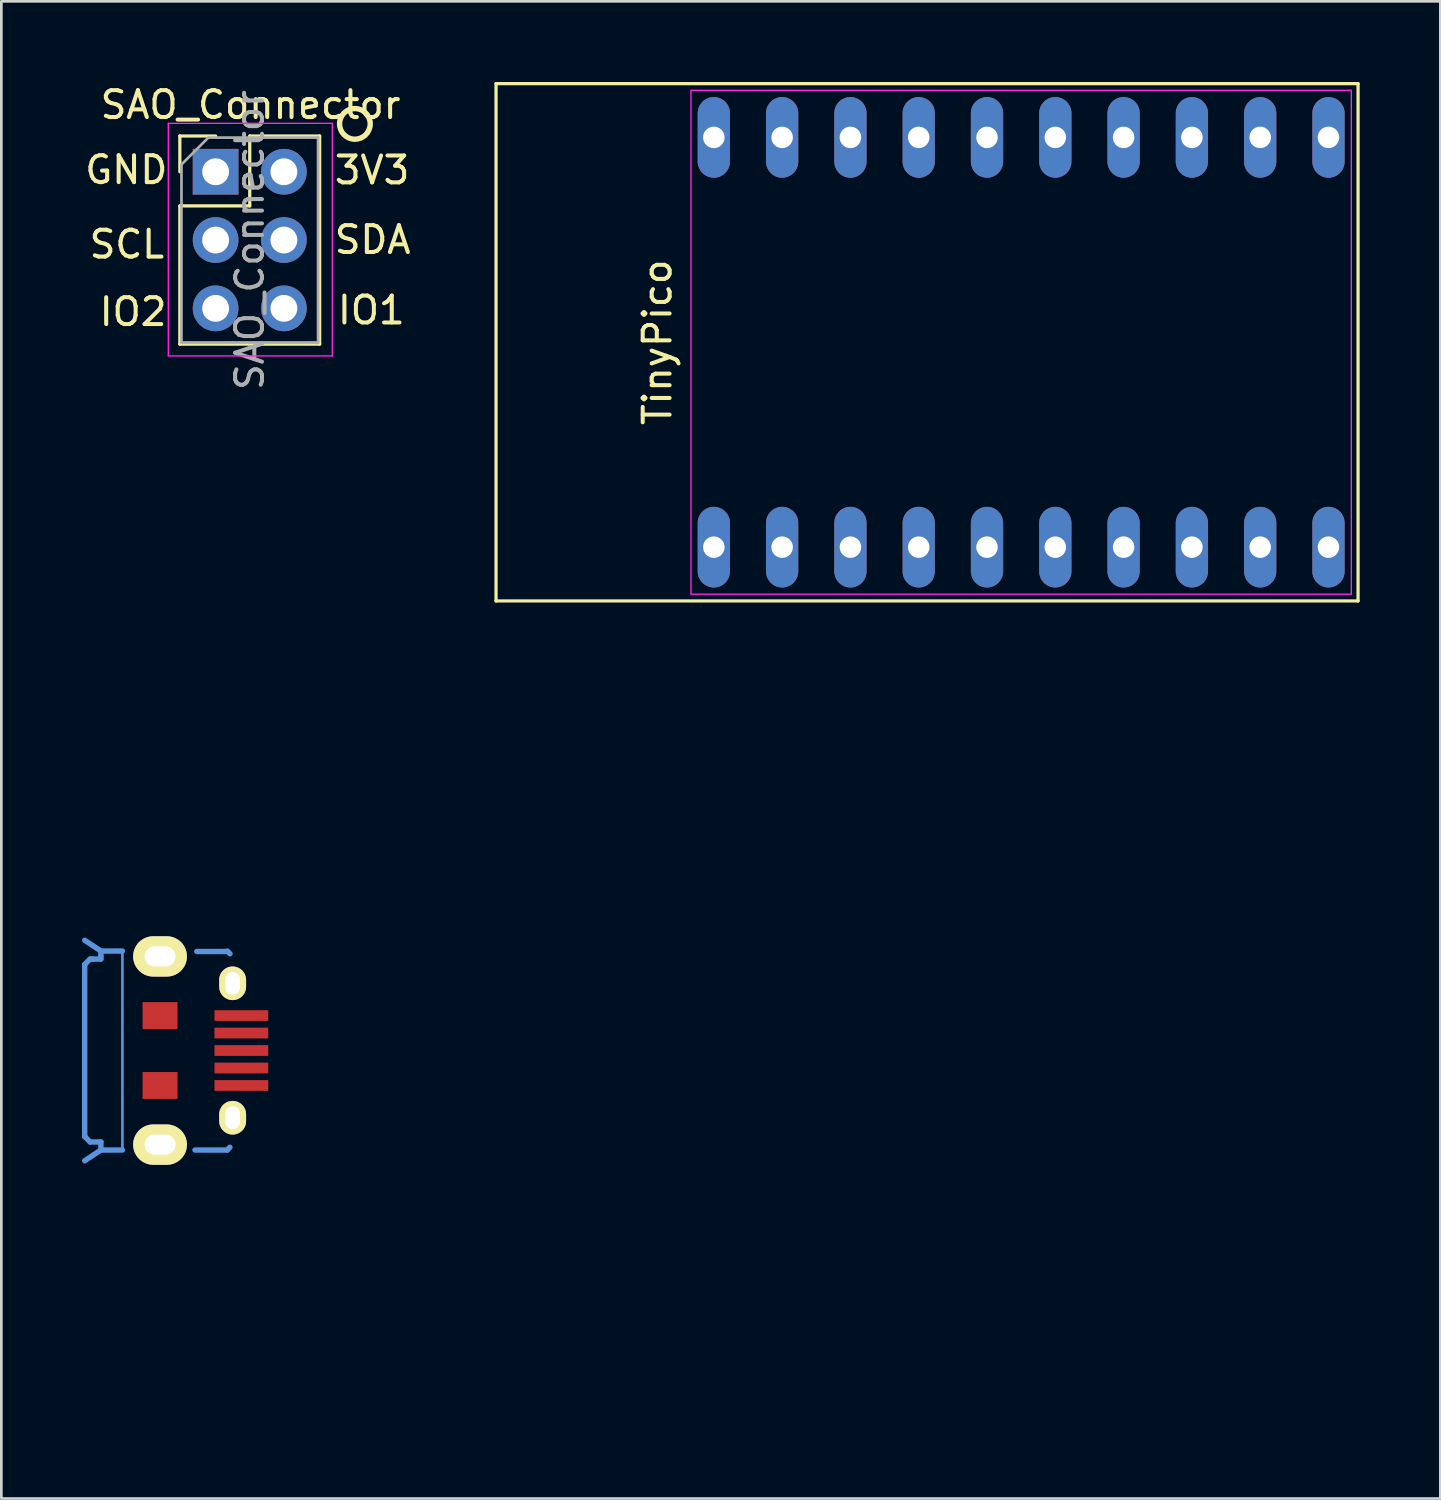
<source format=kicad_pcb>
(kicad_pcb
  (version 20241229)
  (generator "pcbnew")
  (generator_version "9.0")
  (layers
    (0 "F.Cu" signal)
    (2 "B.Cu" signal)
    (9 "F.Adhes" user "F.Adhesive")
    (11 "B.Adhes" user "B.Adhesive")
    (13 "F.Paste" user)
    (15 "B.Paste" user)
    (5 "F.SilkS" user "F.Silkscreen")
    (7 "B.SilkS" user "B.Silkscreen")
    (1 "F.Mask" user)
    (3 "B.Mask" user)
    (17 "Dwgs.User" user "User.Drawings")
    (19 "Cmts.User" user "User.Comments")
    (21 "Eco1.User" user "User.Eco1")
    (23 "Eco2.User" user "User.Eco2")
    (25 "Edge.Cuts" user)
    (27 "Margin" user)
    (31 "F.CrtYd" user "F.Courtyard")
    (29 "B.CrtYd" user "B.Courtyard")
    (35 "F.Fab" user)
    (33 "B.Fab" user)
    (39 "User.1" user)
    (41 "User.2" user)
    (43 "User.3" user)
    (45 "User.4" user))
  (footprint "USB-MICRO-5pin_PTHMOUNT-Amphenol.10118194-0001LF"
    (layer "F.Cu")
    (at 5.602 36.021)
    (property "Reference" "USB-MICRO-5pin_PTHMOUNT-Amphenol.10118194-0001LF" (at -4.7 0 90) (layer "Eco1.User") (effects (font (size 0.6 0.6) (thickness 0.1))))
    (attr smd)
    (fp_line (start -5.502 -3.2) (end -5.502 3.2) (stroke (width 0.201) (type solid)) (layer "Cmts.User"))
    (fp_line (start -5.502 4.1) (end -4.9 3.701) (stroke (width 0.201) (type solid)) (layer "Cmts.User"))
    (fp_line (start -5.301 -3.401) (end -5.502 -3.2) (stroke (width 0.201) (type solid)) (layer "Cmts.User"))
    (fp_line (start -5.301 3.401) (end -5.502 3.2) (stroke (width 0.201) (type solid)) (layer "Cmts.User"))
    (fp_line (start -5.199 -3.401) (end -5.301 -3.401) (stroke (width 0.201) (type solid)) (layer "Cmts.User"))
    (fp_line (start -4.9 -3.701) (end -5.502 -4.1) (stroke (width 0.201) (type solid)) (layer "Cmts.User"))
    (fp_line (start -4.9 -3.701) (end -4.9 -3.5) (stroke (width 0.201) (type solid)) (layer "Cmts.User"))
    (fp_line (start -4.9 -3.5) (end -4.9 -3.401) (stroke (width 0.201) (type solid)) (layer "Cmts.User"))
    (fp_line (start -4.9 -3.401) (end -5.199 -3.401) (stroke (width 0.201) (type solid)) (layer "Cmts.User"))
    (fp_line (start -4.9 3.401) (end -5.301 3.401) (stroke (width 0.201) (type solid)) (layer "Cmts.User"))
    (fp_line (start -4.9 3.701) (end -4.9 3.401) (stroke (width 0.201) (type solid)) (layer "Cmts.User"))
    (fp_line (start -4.9 3.701) (end -4.1 3.701) (stroke (width 0.201) (type solid)) (layer "Cmts.User"))
    (fp_line (start -4.1 -3.701) (end -4.9 -3.701) (stroke (width 0.201) (type solid)) (layer "Cmts.User"))
    (fp_line (start -4.1 -3.701) (end -4.1 3.701) (stroke (width 0.099) (type solid)) (layer "Cmts.User"))
    (fp_line (start -0.254 -3.683) (end -1.333 -3.683) (stroke (width 0.2) (type solid)) (layer "Cmts.User"))
    (fp_line (start -0.201 3.701) (end -1.4 3.701) (stroke (width 0.201) (type solid)) (layer "Cmts.User"))
    (fp_line (start -0.201 3.701) (end -0.102 3.599) (stroke (width 0.201) (type solid)) (layer "Cmts.User"))
    (fp_line (start -0.099 -3.599) (end -0.198 -3.701) (stroke (width 0.201) (type solid)) (layer "Cmts.User"))
    (pad "1" smd rect (at 0.325 -1.3) (size 2 0.4) (layers "F.Cu" "F.Mask" "F.Paste"))
    (pad "2" smd rect (at 0.325 -0.65) (size 2 0.4) (layers "F.Cu" "F.Mask" "F.Paste"))
    (pad "3" smd rect (at 0.325 0) (size 2 0.4) (layers "F.Cu" "F.Mask" "F.Paste"))
    (pad "4" smd rect (at 0.325 0.65) (size 2 0.4) (layers "F.Cu" "F.Mask" "F.Paste"))
    (pad "5" smd rect (at 0.325 1.3) (size 2 0.4) (layers "F.Cu" "F.Mask" "F.Paste"))
    (pad "6" thru_hole oval (at -2.7 -3.5) (size 2 1.5) (drill oval 1.15 0.75) (layers "*.Cu" "*.Mask" "F.SilkS"))
    (pad "6" smd rect (at -2.7 -1.3) (size 1.3 1) (layers "F.Cu" "F.Mask" "F.Paste"))
    (pad "6" smd rect (at -2.7 1.3) (size 1.3 1) (layers "F.Cu" "F.Mask" "F.Paste"))
    (pad "6" thru_hole oval (at -2.7 3.5) (size 2 1.5) (drill oval 1.15 0.75) (layers "*.Cu" "*.Mask" "F.SilkS"))
    (pad "6" thru_hole oval (at 0 -2.5) (size 1 1.25) (drill oval 0.55 0.85) (layers "*.Cu" "*.Mask" "F.SilkS"))
    (pad "6" thru_hole oval (at 0 2.5) (size 1 1.25) (drill oval 0.55 0.85) (layers "*.Cu" "*.Mask" "F.SilkS")))
  (footprint "TinyPico"
    (layer "F.Cu")
    (at 34.929 9.68)
    (property "Reference" "TinyPico" (at -13.53 0 90) (layer "F.SilkS") (effects (font (size 1 1) (thickness 0.15))))
    (attr through_hole)
    (fp_line (start -19.53 -9.62) (end -19.53 9.62) (stroke (width 0.12) (type solid)) (layer "F.SilkS"))
    (fp_line (start -19.53 9.62) (end 12.53 9.62) (stroke (width 0.12) (type solid)) (layer "F.SilkS"))
    (fp_line (start 12.53 -9.62) (end -19.53 -9.62) (stroke (width 0.12) (type solid)) (layer "F.SilkS"))
    (fp_line (start 12.53 9.62) (end 12.53 -9.62) (stroke (width 0.12) (type solid)) (layer "F.SilkS"))
    (fp_line (start -12.28 -9.37) (end 12.28 -9.37) (stroke (width 0.05) (type solid)) (layer "F.CrtYd"))
    (fp_line (start -12.28 9.37) (end -12.28 -9.37) (stroke (width 0.05) (type solid)) (layer "F.CrtYd"))
    (fp_line (start 12.28 -9.37) (end 12.28 9.37) (stroke (width 0.05) (type solid)) (layer "F.CrtYd"))
    (fp_line (start 12.28 9.37) (end -12.28 9.37) (stroke (width 0.05) (type solid)) (layer "F.CrtYd"))
    (pad "1" thru_hole oval (at -11.43 7.62) (size 1.2 3) (drill 0.8) (layers "*.Cu" "*.Mask"))
    (pad "2" thru_hole oval (at -8.89 7.62) (size 1.2 3) (drill 0.8) (layers "*.Cu" "*.Mask"))
    (pad "3" thru_hole oval (at -6.35 7.62) (size 1.2 3) (drill 0.8) (layers "*.Cu" "*.Mask"))
    (pad "4" thru_hole oval (at -3.81 7.62) (size 1.2 3) (drill 0.8) (layers "*.Cu" "*.Mask"))
    (pad "5" thru_hole oval (at -1.27 7.62) (size 1.2 3) (drill 0.8) (layers "*.Cu" "*.Mask"))
    (pad "6" thru_hole oval (at 1.27 7.62) (size 1.2 3) (drill 0.8) (layers "*.Cu" "*.Mask"))
    (pad "7" thru_hole oval (at 3.81 7.62) (size 1.2 3) (drill 0.8) (layers "*.Cu" "*.Mask"))
    (pad "8" thru_hole oval (at 6.35 7.62) (size 1.2 3) (drill 0.8) (layers "*.Cu" "*.Mask"))
    (pad "9" thru_hole oval (at 8.89 7.62) (size 1.2 3) (drill 0.8) (layers "*.Cu" "*.Mask"))
    (pad "10" thru_hole oval (at 11.43 7.62) (size 1.2 3) (drill 0.8) (layers "*.Cu" "*.Mask"))
    (pad "11" thru_hole oval (at 11.43 -7.62) (size 1.2 3) (drill 0.8) (layers "*.Cu" "*.Mask"))
    (pad "12" thru_hole oval (at 8.89 -7.62) (size 1.2 3) (drill 0.8) (layers "*.Cu" "*.Mask"))
    (pad "13" thru_hole oval (at 6.35 -7.62) (size 1.2 3) (drill 0.8) (layers "*.Cu" "*.Mask"))
    (pad "14" thru_hole oval (at 3.81 -7.62) (size 1.2 3) (drill 0.8) (layers "*.Cu" "*.Mask"))
    (pad "15" thru_hole oval (at 1.27 -7.62) (size 1.2 3) (drill 0.8) (layers "*.Cu" "*.Mask"))
    (pad "16" thru_hole oval (at -1.27 -7.62) (size 1.2 3) (drill 0.8) (layers "*.Cu" "*.Mask"))
    (pad "17" thru_hole oval (at -3.81 -7.62) (size 1.2 3) (drill 0.8) (layers "*.Cu" "*.Mask"))
    (pad "18" thru_hole oval (at -6.35 -7.62) (size 1.2 3) (drill 0.8) (layers "*.Cu" "*.Mask"))
    (pad "19" thru_hole oval (at -8.89 -7.62) (size 1.2 3) (drill 0.8) (layers "*.Cu" "*.Mask"))
    (pad "20" thru_hole oval (at -11.43 -7.62) (size 1.2 3) (drill 0.8) (layers "*.Cu" "*.Mask")))
  (footprint "SAO_Connector"
    (layer "F.Cu")
    (at 4.949 3.278)
    (property "Reference" "SAO_Connector" (at 1.32 -2.43 0) (layer "F.SilkS") (effects (font (size 1 1) (thickness 0.15))))
    (attr through_hole)
    (fp_line (start -1.31 -1.27) (end -1.31 0.06) (stroke (width 0.12) (type solid)) (layer "F.SilkS"))
    (fp_line (start -1.31 1.33) (end -1.31 6.47) (stroke (width 0.12) (type solid)) (layer "F.SilkS"))
    (fp_line (start 0.02 -1.27) (end -1.31 -1.27) (stroke (width 0.12) (type solid)) (layer "F.SilkS"))
    (fp_line (start 1.29 -1.27) (end 1.29 1.33) (stroke (width 0.12) (type solid)) (layer "F.SilkS"))
    (fp_line (start 1.29 1.33) (end -1.31 1.33) (stroke (width 0.12) (type solid)) (layer "F.SilkS"))
    (fp_line (start 3.89 -1.27) (end 1.29 -1.27) (stroke (width 0.12) (type solid)) (layer "F.SilkS"))
    (fp_line (start 3.89 -1.27) (end 3.89 6.47) (stroke (width 0.12) (type solid)) (layer "F.SilkS"))
    (fp_line (start 3.89 6.47) (end -1.31 6.47) (stroke (width 0.12) (type solid)) (layer "F.SilkS"))
    (fp_arc (start 5.77 -1.71) (mid 4.63011 -1.724997) (end 5.770088 -1.719998) (stroke (width 0.2) (type solid)) (layer "F.SilkS"))
    (fp_line (start -1.74 -1.74) (end -1.74 6.91) (stroke (width 0.05) (type solid)) (layer "F.CrtYd"))
    (fp_line (start -1.74 6.91) (end 4.36 6.91) (stroke (width 0.05) (type solid)) (layer "F.CrtYd"))
    (fp_line (start 4.36 -1.74) (end -1.74 -1.74) (stroke (width 0.05) (type solid)) (layer "F.CrtYd"))
    (fp_line (start 4.36 6.91) (end 4.36 -1.74) (stroke (width 0.05) (type solid)) (layer "F.CrtYd"))
    (fp_line (start -1.25 -0.21) (end -1.25 6.41) (stroke (width 0.1) (type solid)) (layer "F.Fab"))
    (fp_line (start -1.25 6.41) (end 3.83 6.41) (stroke (width 0.1) (type solid)) (layer "F.Fab"))
    (fp_line (start -0.25 -1.21) (end -1.25 -0.21) (stroke (width 0.1) (type solid)) (layer "F.Fab"))
    (fp_line (start 3.83 -1.21) (end -0.25 -1.21) (stroke (width 0.1) (type solid)) (layer "F.Fab"))
    (fp_line (start 3.83 6.41) (end 3.83 -1.21) (stroke (width 0.1) (type solid)) (layer "F.Fab"))
    (fp_text user "IO1" (at 5.81 5.21 0) (layer "F.SilkS") (effects (font (size 1 1) (thickness 0.15))))
    (fp_text user "GND" (at -3.3 -0.01 0) (layer "F.SilkS") (effects (font (size 1 1) (thickness 0.15))))
    (fp_text user "IO2" (at -3.05 5.27 0) (layer "F.SilkS") (effects (font (size 1 1) (thickness 0.15))))
    (fp_text user "3V3" (at 5.84 0 0) (layer "F.SilkS") (effects (font (size 1 1) (thickness 0.15))))
    (fp_text user "SCL" (at -3.28 2.76 0) (layer "F.SilkS") (effects (font (size 1 1) (thickness 0.15))))
    (fp_text user "SDA" (at 5.86 2.59 0) (layer "F.SilkS") (effects (font (size 1 1) (thickness 0.15))))
    (fp_text user "${REFERENCE}" (at 1.29 2.6 270) (layer "F.Fab") (effects (font (size 1 1) (thickness 0.15))))
    (pad "1" thru_hole rect (at 0.02 0.06) (size 1.7 1.7) (drill 1) (layers "*.Cu" "*.Mask"))
    (pad "2" thru_hole oval (at 2.56 0.06) (size 1.7 1.7) (drill 1) (layers "*.Cu" "*.Mask"))
    (pad "3" thru_hole oval (at 0.02 2.6) (size 1.7 1.7) (drill 1) (layers "*.Cu" "*.Mask"))
    (pad "4" thru_hole oval (at 2.56 2.6) (size 1.7 1.7) (drill 1) (layers "*.Cu" "*.Mask"))
    (pad "5" thru_hole oval (at 0.02 5.14) (size 1.7 1.7) (drill 1) (layers "*.Cu" "*.Mask"))
    (pad "6" thru_hole oval (at 2.56 5.14) (size 1.7 1.7) (drill 1) (layers "*.Cu" "*.Mask")))
  (gr_rect
    (start -3 -3)
    (end 50.519 52.683)
    (stroke (width 0.1) (type default))
    (fill no)
    (layer "Edge.Cuts")))
</source>
